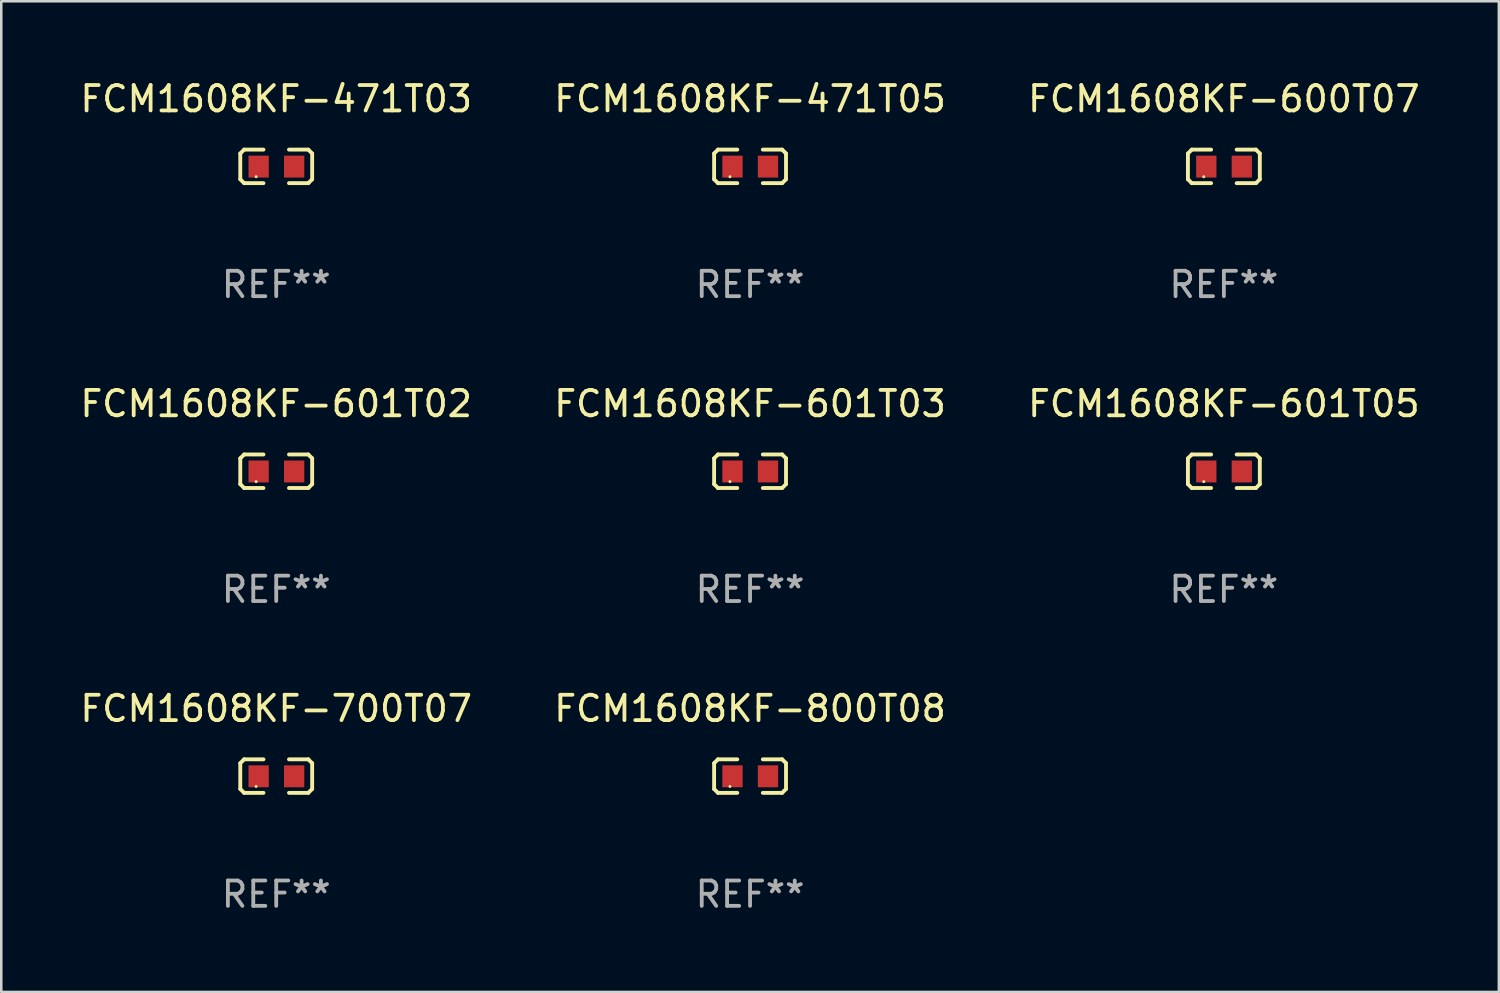
<source format=kicad_pcb>
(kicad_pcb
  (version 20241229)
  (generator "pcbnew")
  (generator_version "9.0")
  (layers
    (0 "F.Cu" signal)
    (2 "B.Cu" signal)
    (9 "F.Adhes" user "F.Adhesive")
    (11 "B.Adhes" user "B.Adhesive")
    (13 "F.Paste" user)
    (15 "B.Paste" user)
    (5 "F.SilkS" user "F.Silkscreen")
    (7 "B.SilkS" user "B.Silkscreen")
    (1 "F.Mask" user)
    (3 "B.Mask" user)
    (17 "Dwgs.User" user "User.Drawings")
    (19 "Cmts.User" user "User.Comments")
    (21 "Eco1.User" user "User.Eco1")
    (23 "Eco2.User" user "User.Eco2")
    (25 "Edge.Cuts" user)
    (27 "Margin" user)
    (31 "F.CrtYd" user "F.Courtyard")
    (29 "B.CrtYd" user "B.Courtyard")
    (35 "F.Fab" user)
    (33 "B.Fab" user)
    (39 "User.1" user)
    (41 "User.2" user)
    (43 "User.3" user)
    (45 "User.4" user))
  (footprint "FCM1608KF-471T05"
    (layer "F.Cu")
    (at 26.518 3.509)
    (property "Reference" "FCM1608KF-471T05" (at 0 -2.661 0) (layer "F.SilkS") (effects (font (size 1 1) (thickness 0.15))))
    (attr through_hole)
    (fp_line (start -1.417 -0.508) (end -1.265 -0.661) (stroke (width 0.152) (type solid)) (layer "F.SilkS"))
    (fp_line (start -1.417 0.508) (end -1.417 -0.508) (stroke (width 0.152) (type solid)) (layer "F.SilkS"))
    (fp_line (start -1.265 -0.661) (end -0.503 -0.661) (stroke (width 0.152) (type solid)) (layer "F.SilkS"))
    (fp_line (start -1.265 0.661) (end -1.417 0.508) (stroke (width 0.152) (type solid)) (layer "F.SilkS"))
    (fp_line (start -1.265 0.661) (end -0.503 0.661) (stroke (width 0.152) (type solid)) (layer "F.SilkS"))
    (fp_line (start 1.265 -0.661) (end 0.503 -0.661) (stroke (width 0.152) (type solid)) (layer "F.SilkS"))
    (fp_line (start 1.265 -0.661) (end 1.417 -0.508) (stroke (width 0.152) (type solid)) (layer "F.SilkS"))
    (fp_line (start 1.265 0.661) (end 0.503 0.661) (stroke (width 0.152) (type solid)) (layer "F.SilkS"))
    (fp_line (start 1.417 -0.508) (end 1.417 0.508) (stroke (width 0.152) (type solid)) (layer "F.SilkS"))
    (fp_line (start 1.417 0.508) (end 1.265 0.661) (stroke (width 0.152) (type solid)) (layer "F.SilkS"))
    (fp_circle (center -0.793 0.409) (end -0.763 0.409) (stroke (width 0.06) (type solid)) (fill no) (layer "F.SilkS"))
    (fp_text user "REF**" (at 0 4.661 0) (layer "F.Fab") (effects (font (size 1 1) (thickness 0.15))))
    (pad "1" smd rect (at -0.693 0.009 180) (size 0.8 0.864) (layers "F.Cu" "F.Mask" "F.Paste"))
    (pad "2" smd rect (at 0.707 0.009 180) (size 0.8 0.864) (layers "F.Cu" "F.Mask" "F.Paste")))
  (footprint "FCM1608KF-600T07"
    (layer "F.Cu")
    (at 45.196 3.509)
    (property "Reference" "FCM1608KF-600T07" (at 0 -2.661 0) (layer "F.SilkS") (effects (font (size 1 1) (thickness 0.15))))
    (attr through_hole)
    (fp_line (start -1.417 -0.508) (end -1.265 -0.661) (stroke (width 0.152) (type solid)) (layer "F.SilkS"))
    (fp_line (start -1.417 0.508) (end -1.417 -0.508) (stroke (width 0.152) (type solid)) (layer "F.SilkS"))
    (fp_line (start -1.265 -0.661) (end -0.503 -0.661) (stroke (width 0.152) (type solid)) (layer "F.SilkS"))
    (fp_line (start -1.265 0.661) (end -1.417 0.508) (stroke (width 0.152) (type solid)) (layer "F.SilkS"))
    (fp_line (start -1.265 0.661) (end -0.503 0.661) (stroke (width 0.152) (type solid)) (layer "F.SilkS"))
    (fp_line (start 1.265 -0.661) (end 0.503 -0.661) (stroke (width 0.152) (type solid)) (layer "F.SilkS"))
    (fp_line (start 1.265 -0.661) (end 1.417 -0.508) (stroke (width 0.152) (type solid)) (layer "F.SilkS"))
    (fp_line (start 1.265 0.661) (end 0.503 0.661) (stroke (width 0.152) (type solid)) (layer "F.SilkS"))
    (fp_line (start 1.417 -0.508) (end 1.417 0.508) (stroke (width 0.152) (type solid)) (layer "F.SilkS"))
    (fp_line (start 1.417 0.508) (end 1.265 0.661) (stroke (width 0.152) (type solid)) (layer "F.SilkS"))
    (fp_circle (center -0.793 0.409) (end -0.763 0.409) (stroke (width 0.06) (type solid)) (fill no) (layer "F.SilkS"))
    (fp_text user "REF**" (at 0 4.661 0) (layer "F.Fab") (effects (font (size 1 1) (thickness 0.15))))
    (pad "1" smd rect (at -0.693 0.009 180) (size 0.8 0.864) (layers "F.Cu" "F.Mask" "F.Paste"))
    (pad "2" smd rect (at 0.707 0.009 180) (size 0.8 0.864) (layers "F.Cu" "F.Mask" "F.Paste")))
  (footprint "FCM1608KF-601T03"
    (layer "F.Cu")
    (at 26.518 15.527)
    (property "Reference" "FCM1608KF-601T03" (at 0 -2.661 0) (layer "F.SilkS") (effects (font (size 1 1) (thickness 0.15))))
    (attr through_hole)
    (fp_line (start -1.417 -0.508) (end -1.265 -0.661) (stroke (width 0.152) (type solid)) (layer "F.SilkS"))
    (fp_line (start -1.417 0.508) (end -1.417 -0.508) (stroke (width 0.152) (type solid)) (layer "F.SilkS"))
    (fp_line (start -1.265 -0.661) (end -0.503 -0.661) (stroke (width 0.152) (type solid)) (layer "F.SilkS"))
    (fp_line (start -1.265 0.661) (end -1.417 0.508) (stroke (width 0.152) (type solid)) (layer "F.SilkS"))
    (fp_line (start -1.265 0.661) (end -0.503 0.661) (stroke (width 0.152) (type solid)) (layer "F.SilkS"))
    (fp_line (start 1.265 -0.661) (end 0.503 -0.661) (stroke (width 0.152) (type solid)) (layer "F.SilkS"))
    (fp_line (start 1.265 -0.661) (end 1.417 -0.508) (stroke (width 0.152) (type solid)) (layer "F.SilkS"))
    (fp_line (start 1.265 0.661) (end 0.503 0.661) (stroke (width 0.152) (type solid)) (layer "F.SilkS"))
    (fp_line (start 1.417 -0.508) (end 1.417 0.508) (stroke (width 0.152) (type solid)) (layer "F.SilkS"))
    (fp_line (start 1.417 0.508) (end 1.265 0.661) (stroke (width 0.152) (type solid)) (layer "F.SilkS"))
    (fp_circle (center -0.793 0.409) (end -0.763 0.409) (stroke (width 0.06) (type solid)) (fill no) (layer "F.SilkS"))
    (fp_text user "REF**" (at 0 4.661 0) (layer "F.Fab") (effects (font (size 1 1) (thickness 0.15))))
    (pad "1" smd rect (at -0.693 0.009 180) (size 0.8 0.864) (layers "F.Cu" "F.Mask" "F.Paste"))
    (pad "2" smd rect (at 0.707 0.009 180) (size 0.8 0.864) (layers "F.Cu" "F.Mask" "F.Paste")))
  (footprint "FCM1608KF-800T08"
    (layer "F.Cu")
    (at 26.518 27.544)
    (property "Reference" "FCM1608KF-800T08" (at 0 -2.661 0) (layer "F.SilkS") (effects (font (size 1 1) (thickness 0.15))))
    (attr through_hole)
    (fp_line (start -1.417 -0.508) (end -1.265 -0.661) (stroke (width 0.152) (type solid)) (layer "F.SilkS"))
    (fp_line (start -1.417 0.508) (end -1.417 -0.508) (stroke (width 0.152) (type solid)) (layer "F.SilkS"))
    (fp_line (start -1.265 -0.661) (end -0.503 -0.661) (stroke (width 0.152) (type solid)) (layer "F.SilkS"))
    (fp_line (start -1.265 0.661) (end -1.417 0.508) (stroke (width 0.152) (type solid)) (layer "F.SilkS"))
    (fp_line (start -1.265 0.661) (end -0.503 0.661) (stroke (width 0.152) (type solid)) (layer "F.SilkS"))
    (fp_line (start 1.265 -0.661) (end 0.503 -0.661) (stroke (width 0.152) (type solid)) (layer "F.SilkS"))
    (fp_line (start 1.265 -0.661) (end 1.417 -0.508) (stroke (width 0.152) (type solid)) (layer "F.SilkS"))
    (fp_line (start 1.265 0.661) (end 0.503 0.661) (stroke (width 0.152) (type solid)) (layer "F.SilkS"))
    (fp_line (start 1.417 -0.508) (end 1.417 0.508) (stroke (width 0.152) (type solid)) (layer "F.SilkS"))
    (fp_line (start 1.417 0.508) (end 1.265 0.661) (stroke (width 0.152) (type solid)) (layer "F.SilkS"))
    (fp_circle (center -0.793 0.409) (end -0.763 0.409) (stroke (width 0.06) (type solid)) (fill no) (layer "F.SilkS"))
    (fp_text user "REF**" (at 0 4.661 0) (layer "F.Fab") (effects (font (size 1 1) (thickness 0.15))))
    (pad "1" smd rect (at -0.693 0.009 180) (size 0.8 0.864) (layers "F.Cu" "F.Mask" "F.Paste"))
    (pad "2" smd rect (at 0.707 0.009 180) (size 0.8 0.864) (layers "F.Cu" "F.Mask" "F.Paste")))
  (footprint "FCM1608KF-601T02"
    (layer "F.Cu")
    (at 7.839 15.527)
    (property "Reference" "FCM1608KF-601T02" (at 0 -2.661 0) (layer "F.SilkS") (effects (font (size 1 1) (thickness 0.15))))
    (attr through_hole)
    (fp_line (start -1.417 -0.508) (end -1.265 -0.661) (stroke (width 0.152) (type solid)) (layer "F.SilkS"))
    (fp_line (start -1.417 0.508) (end -1.417 -0.508) (stroke (width 0.152) (type solid)) (layer "F.SilkS"))
    (fp_line (start -1.265 -0.661) (end -0.503 -0.661) (stroke (width 0.152) (type solid)) (layer "F.SilkS"))
    (fp_line (start -1.265 0.661) (end -1.417 0.508) (stroke (width 0.152) (type solid)) (layer "F.SilkS"))
    (fp_line (start -1.265 0.661) (end -0.503 0.661) (stroke (width 0.152) (type solid)) (layer "F.SilkS"))
    (fp_line (start 1.265 -0.661) (end 0.503 -0.661) (stroke (width 0.152) (type solid)) (layer "F.SilkS"))
    (fp_line (start 1.265 -0.661) (end 1.417 -0.508) (stroke (width 0.152) (type solid)) (layer "F.SilkS"))
    (fp_line (start 1.265 0.661) (end 0.503 0.661) (stroke (width 0.152) (type solid)) (layer "F.SilkS"))
    (fp_line (start 1.417 -0.508) (end 1.417 0.508) (stroke (width 0.152) (type solid)) (layer "F.SilkS"))
    (fp_line (start 1.417 0.508) (end 1.265 0.661) (stroke (width 0.152) (type solid)) (layer "F.SilkS"))
    (fp_circle (center -0.793 0.409) (end -0.763 0.409) (stroke (width 0.06) (type solid)) (fill no) (layer "F.SilkS"))
    (fp_text user "REF**" (at 0 4.661 0) (layer "F.Fab") (effects (font (size 1 1) (thickness 0.15))))
    (pad "1" smd rect (at -0.693 0.009 180) (size 0.8 0.864) (layers "F.Cu" "F.Mask" "F.Paste"))
    (pad "2" smd rect (at 0.707 0.009 180) (size 0.8 0.864) (layers "F.Cu" "F.Mask" "F.Paste")))
  (footprint "FCM1608KF-700T07"
    (layer "F.Cu")
    (at 7.839 27.544)
    (property "Reference" "FCM1608KF-700T07" (at 0 -2.661 0) (layer "F.SilkS") (effects (font (size 1 1) (thickness 0.15))))
    (attr through_hole)
    (fp_line (start -1.417 -0.508) (end -1.265 -0.661) (stroke (width 0.152) (type solid)) (layer "F.SilkS"))
    (fp_line (start -1.417 0.508) (end -1.417 -0.508) (stroke (width 0.152) (type solid)) (layer "F.SilkS"))
    (fp_line (start -1.265 -0.661) (end -0.503 -0.661) (stroke (width 0.152) (type solid)) (layer "F.SilkS"))
    (fp_line (start -1.265 0.661) (end -1.417 0.508) (stroke (width 0.152) (type solid)) (layer "F.SilkS"))
    (fp_line (start -1.265 0.661) (end -0.503 0.661) (stroke (width 0.152) (type solid)) (layer "F.SilkS"))
    (fp_line (start 1.265 -0.661) (end 0.503 -0.661) (stroke (width 0.152) (type solid)) (layer "F.SilkS"))
    (fp_line (start 1.265 -0.661) (end 1.417 -0.508) (stroke (width 0.152) (type solid)) (layer "F.SilkS"))
    (fp_line (start 1.265 0.661) (end 0.503 0.661) (stroke (width 0.152) (type solid)) (layer "F.SilkS"))
    (fp_line (start 1.417 -0.508) (end 1.417 0.508) (stroke (width 0.152) (type solid)) (layer "F.SilkS"))
    (fp_line (start 1.417 0.508) (end 1.265 0.661) (stroke (width 0.152) (type solid)) (layer "F.SilkS"))
    (fp_circle (center -0.793 0.409) (end -0.763 0.409) (stroke (width 0.06) (type solid)) (fill no) (layer "F.SilkS"))
    (fp_text user "REF**" (at 0 4.661 0) (layer "F.Fab") (effects (font (size 1 1) (thickness 0.15))))
    (pad "1" smd rect (at -0.693 0.009 180) (size 0.8 0.864) (layers "F.Cu" "F.Mask" "F.Paste"))
    (pad "2" smd rect (at 0.707 0.009 180) (size 0.8 0.864) (layers "F.Cu" "F.Mask" "F.Paste")))
  (footprint "FCM1608KF-601T05"
    (layer "F.Cu")
    (at 45.196 15.527)
    (property "Reference" "FCM1608KF-601T05" (at 0 -2.661 0) (layer "F.SilkS") (effects (font (size 1 1) (thickness 0.15))))
    (attr through_hole)
    (fp_line (start -1.417 -0.508) (end -1.265 -0.661) (stroke (width 0.152) (type solid)) (layer "F.SilkS"))
    (fp_line (start -1.417 0.508) (end -1.417 -0.508) (stroke (width 0.152) (type solid)) (layer "F.SilkS"))
    (fp_line (start -1.265 -0.661) (end -0.503 -0.661) (stroke (width 0.152) (type solid)) (layer "F.SilkS"))
    (fp_line (start -1.265 0.661) (end -1.417 0.508) (stroke (width 0.152) (type solid)) (layer "F.SilkS"))
    (fp_line (start -1.265 0.661) (end -0.503 0.661) (stroke (width 0.152) (type solid)) (layer "F.SilkS"))
    (fp_line (start 1.265 -0.661) (end 0.503 -0.661) (stroke (width 0.152) (type solid)) (layer "F.SilkS"))
    (fp_line (start 1.265 -0.661) (end 1.417 -0.508) (stroke (width 0.152) (type solid)) (layer "F.SilkS"))
    (fp_line (start 1.265 0.661) (end 0.503 0.661) (stroke (width 0.152) (type solid)) (layer "F.SilkS"))
    (fp_line (start 1.417 -0.508) (end 1.417 0.508) (stroke (width 0.152) (type solid)) (layer "F.SilkS"))
    (fp_line (start 1.417 0.508) (end 1.265 0.661) (stroke (width 0.152) (type solid)) (layer "F.SilkS"))
    (fp_circle (center -0.793 0.409) (end -0.763 0.409) (stroke (width 0.06) (type solid)) (fill no) (layer "F.SilkS"))
    (fp_text user "REF**" (at 0 4.661 0) (layer "F.Fab") (effects (font (size 1 1) (thickness 0.15))))
    (pad "1" smd rect (at -0.693 0.009 180) (size 0.8 0.864) (layers "F.Cu" "F.Mask" "F.Paste"))
    (pad "2" smd rect (at 0.707 0.009 180) (size 0.8 0.864) (layers "F.Cu" "F.Mask" "F.Paste")))
  (footprint "FCM1608KF-471T03"
    (layer "F.Cu")
    (at 7.839 3.509)
    (property "Reference" "FCM1608KF-471T03" (at 0 -2.661 0) (layer "F.SilkS") (effects (font (size 1 1) (thickness 0.15))))
    (attr through_hole)
    (fp_line (start -1.417 -0.508) (end -1.265 -0.661) (stroke (width 0.152) (type solid)) (layer "F.SilkS"))
    (fp_line (start -1.417 0.508) (end -1.417 -0.508) (stroke (width 0.152) (type solid)) (layer "F.SilkS"))
    (fp_line (start -1.265 -0.661) (end -0.503 -0.661) (stroke (width 0.152) (type solid)) (layer "F.SilkS"))
    (fp_line (start -1.265 0.661) (end -1.417 0.508) (stroke (width 0.152) (type solid)) (layer "F.SilkS"))
    (fp_line (start -1.265 0.661) (end -0.503 0.661) (stroke (width 0.152) (type solid)) (layer "F.SilkS"))
    (fp_line (start 1.265 -0.661) (end 0.503 -0.661) (stroke (width 0.152) (type solid)) (layer "F.SilkS"))
    (fp_line (start 1.265 -0.661) (end 1.417 -0.508) (stroke (width 0.152) (type solid)) (layer "F.SilkS"))
    (fp_line (start 1.265 0.661) (end 0.503 0.661) (stroke (width 0.152) (type solid)) (layer "F.SilkS"))
    (fp_line (start 1.417 -0.508) (end 1.417 0.508) (stroke (width 0.152) (type solid)) (layer "F.SilkS"))
    (fp_line (start 1.417 0.508) (end 1.265 0.661) (stroke (width 0.152) (type solid)) (layer "F.SilkS"))
    (fp_circle (center -0.793 0.409) (end -0.763 0.409) (stroke (width 0.06) (type solid)) (fill no) (layer "F.SilkS"))
    (fp_text user "REF**" (at 0 4.661 0) (layer "F.Fab") (effects (font (size 1 1) (thickness 0.15))))
    (pad "1" smd rect (at -0.693 0.009 180) (size 0.8 0.864) (layers "F.Cu" "F.Mask" "F.Paste"))
    (pad "2" smd rect (at 0.707 0.009 180) (size 0.8 0.864) (layers "F.Cu" "F.Mask" "F.Paste")))
  (gr_rect
    (start -3 -3)
    (end 56.036 36.053)
    (stroke (width 0.1) (type default))
    (fill no)
    (layer "Edge.Cuts")))
</source>
